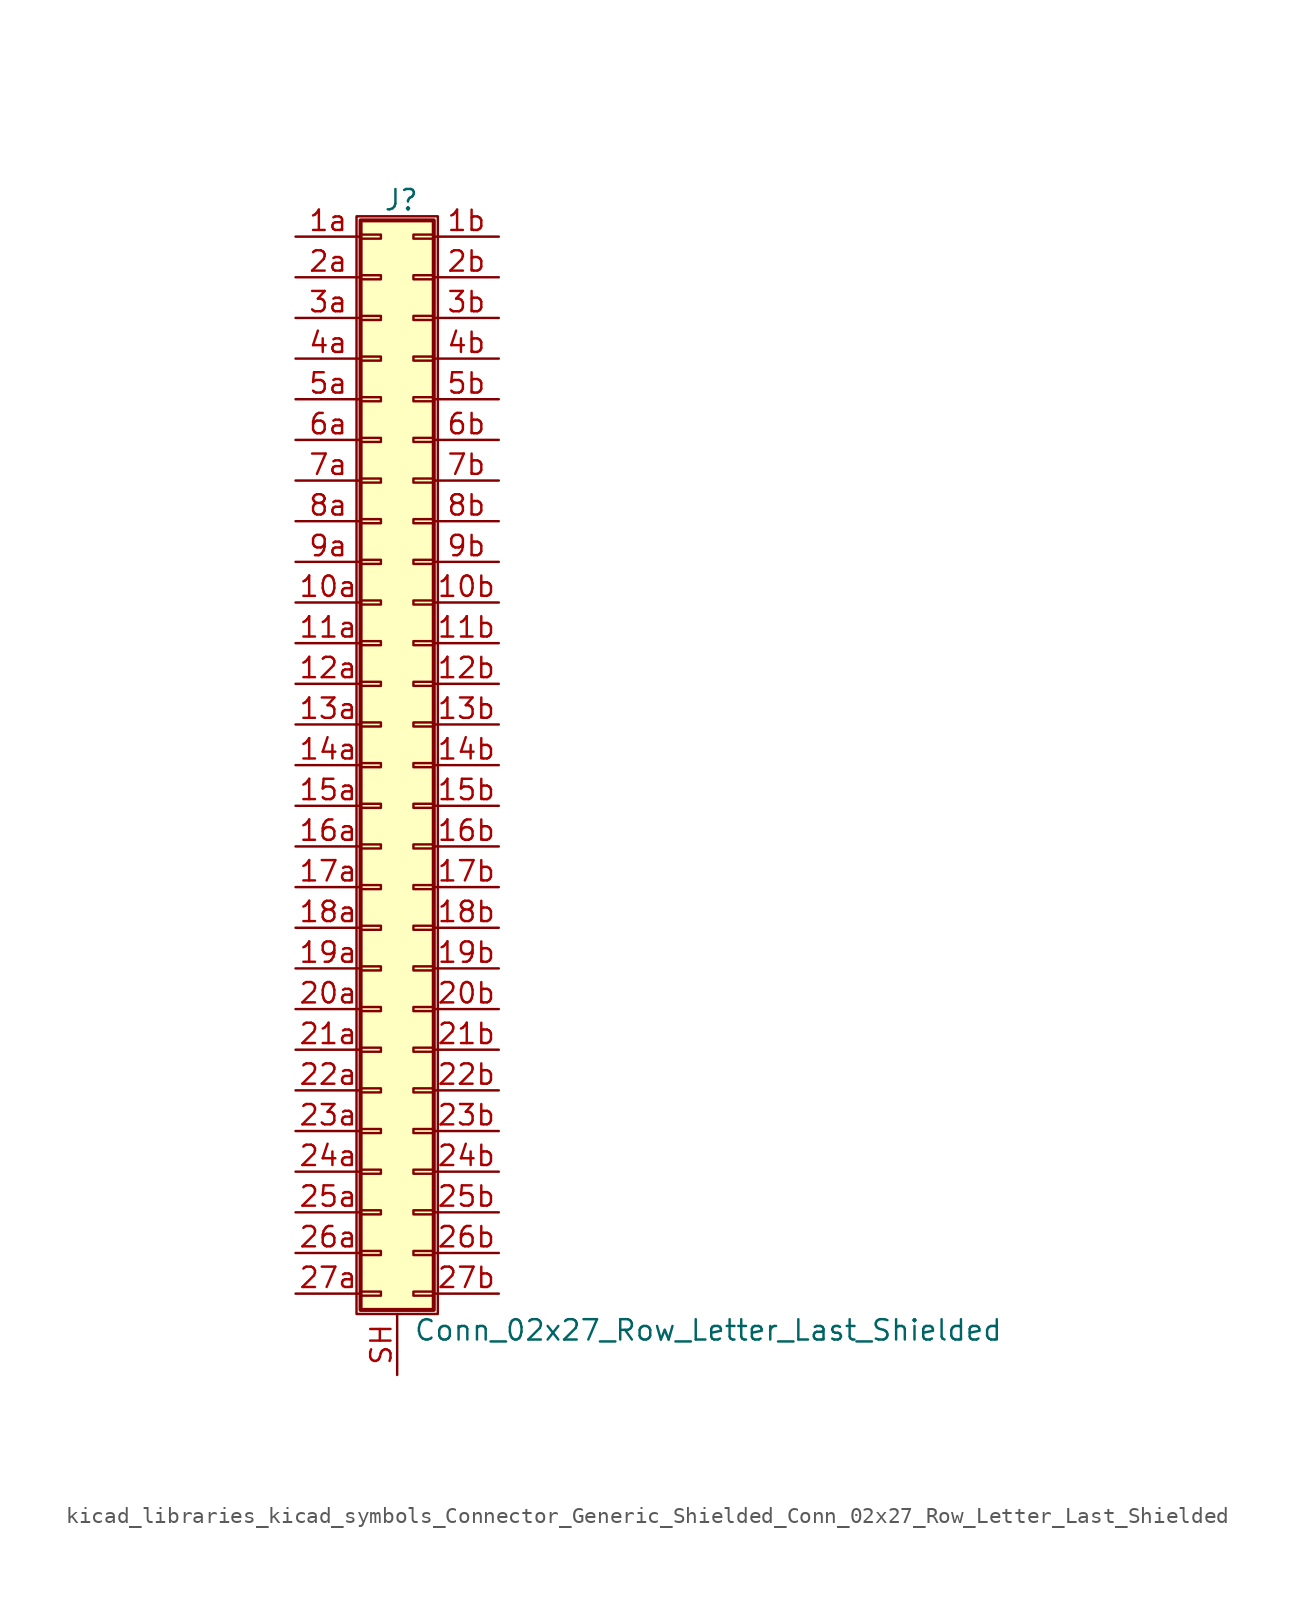
<source format=kicad_sym>
(kicad_symbol_lib
  (version 20220914)
  (generator kicad_symbol_editor)
  (symbol "kicad_libraries_kicad_symbols_Connector_Generic_Shielded_Conn_02x27_Row_Letter_Last_Shielded"
    (pin_names
      (offset 1.016) hide)
    (property "Reference" "J"
      (at 1.524 35.306 0)
      (effects (font (size 1.27 1.27))))
    (property "Value" "Conn_02x27_Row_Letter_Last_Shielded"
      (at 2.286 -35.306 0)
      (effects (font (size 1.27 1.27)) (justify left)))
    (symbol "kicad_libraries_kicad_symbols_Connector_Generic_Shielded_Conn_02x27_Row_Letter_Last_Shielded_1_1"
      (rectangle (start -1.27 34.29) (end 3.81 -34.29) (stroke (width 0.152) (type default)) (fill (type none)))
      (rectangle (start -1.016 -32.893) (end 0.254 -33.147) (stroke (width 0.152) (type default)) (fill (type none)))
      (rectangle (start -1.016 -30.353) (end 0.254 -30.607) (stroke (width 0.152) (type default)) (fill (type none)))
      (rectangle (start -1.016 -27.813) (end 0.254 -28.067) (stroke (width 0.152) (type default)) (fill (type none)))
      (rectangle (start -1.016 -25.273) (end 0.254 -25.527) (stroke (width 0.152) (type default)) (fill (type none)))
      (rectangle (start -1.016 -22.733) (end 0.254 -22.987) (stroke (width 0.152) (type default)) (fill (type none)))
      (rectangle (start -1.016 -20.193) (end 0.254 -20.447) (stroke (width 0.152) (type default)) (fill (type none)))
      (rectangle (start -1.016 -17.653) (end 0.254 -17.907) (stroke (width 0.152) (type default)) (fill (type none)))
      (rectangle (start -1.016 -15.113) (end 0.254 -15.367) (stroke (width 0.152) (type default)) (fill (type none)))
      (rectangle (start -1.016 -12.573) (end 0.254 -12.827) (stroke (width 0.152) (type default)) (fill (type none)))
      (rectangle (start -1.016 -10.033) (end 0.254 -10.287) (stroke (width 0.152) (type default)) (fill (type none)))
      (rectangle (start -1.016 -7.493) (end 0.254 -7.747) (stroke (width 0.152) (type default)) (fill (type none)))
      (rectangle (start -1.016 -4.953) (end 0.254 -5.207) (stroke (width 0.152) (type default)) (fill (type none)))
      (rectangle (start -1.016 -2.413) (end 0.254 -2.667) (stroke (width 0.152) (type default)) (fill (type none)))
      (rectangle (start -1.016 0.127) (end 0.254 -0.127) (stroke (width 0.152) (type default)) (fill (type none)))
      (rectangle (start -1.016 2.667) (end 0.254 2.413) (stroke (width 0.152) (type default)) (fill (type none)))
      (rectangle (start -1.016 5.207) (end 0.254 4.953) (stroke (width 0.152) (type default)) (fill (type none)))
      (rectangle (start -1.016 7.747) (end 0.254 7.493) (stroke (width 0.152) (type default)) (fill (type none)))
      (rectangle (start -1.016 10.287) (end 0.254 10.033) (stroke (width 0.152) (type default)) (fill (type none)))
      (rectangle (start -1.016 12.827) (end 0.254 12.573) (stroke (width 0.152) (type default)) (fill (type none)))
      (rectangle (start -1.016 15.367) (end 0.254 15.113) (stroke (width 0.152) (type default)) (fill (type none)))
      (rectangle (start -1.016 17.907) (end 0.254 17.653) (stroke (width 0.152) (type default)) (fill (type none)))
      (rectangle (start -1.016 20.447) (end 0.254 20.193) (stroke (width 0.152) (type default)) (fill (type none)))
      (rectangle (start -1.016 22.987) (end 0.254 22.733) (stroke (width 0.152) (type default)) (fill (type none)))
      (rectangle (start -1.016 25.527) (end 0.254 25.273) (stroke (width 0.152) (type default)) (fill (type none)))
      (rectangle (start -1.016 28.067) (end 0.254 27.813) (stroke (width 0.152) (type default)) (fill (type none)))
      (rectangle (start -1.016 30.607) (end 0.254 30.353) (stroke (width 0.152) (type default)) (fill (type none)))
      (rectangle (start -1.016 33.147) (end 0.254 32.893) (stroke (width 0.152) (type default)) (fill (type none)))
      (rectangle (start -1.016 34.036) (end 3.556 -34.036) (stroke (width 0.254) (type default)) (fill (type background)))
      (rectangle (start 3.556 -32.893) (end 2.286 -33.147) (stroke (width 0.152) (type default)) (fill (type none)))
      (rectangle (start 3.556 -30.353) (end 2.286 -30.607) (stroke (width 0.152) (type default)) (fill (type none)))
      (rectangle (start 3.556 -27.813) (end 2.286 -28.067) (stroke (width 0.152) (type default)) (fill (type none)))
      (rectangle (start 3.556 -25.273) (end 2.286 -25.527) (stroke (width 0.152) (type default)) (fill (type none)))
      (rectangle (start 3.556 -22.733) (end 2.286 -22.987) (stroke (width 0.152) (type default)) (fill (type none)))
      (rectangle (start 3.556 -20.193) (end 2.286 -20.447) (stroke (width 0.152) (type default)) (fill (type none)))
      (rectangle (start 3.556 -17.653) (end 2.286 -17.907) (stroke (width 0.152) (type default)) (fill (type none)))
      (rectangle (start 3.556 -15.113) (end 2.286 -15.367) (stroke (width 0.152) (type default)) (fill (type none)))
      (rectangle (start 3.556 -12.573) (end 2.286 -12.827) (stroke (width 0.152) (type default)) (fill (type none)))
      (rectangle (start 3.556 -10.033) (end 2.286 -10.287) (stroke (width 0.152) (type default)) (fill (type none)))
      (rectangle (start 3.556 -7.493) (end 2.286 -7.747) (stroke (width 0.152) (type default)) (fill (type none)))
      (rectangle (start 3.556 -4.953) (end 2.286 -5.207) (stroke (width 0.152) (type default)) (fill (type none)))
      (rectangle (start 3.556 -2.413) (end 2.286 -2.667) (stroke (width 0.152) (type default)) (fill (type none)))
      (rectangle (start 3.556 0.127) (end 2.286 -0.127) (stroke (width 0.152) (type default)) (fill (type none)))
      (rectangle (start 3.556 2.667) (end 2.286 2.413) (stroke (width 0.152) (type default)) (fill (type none)))
      (rectangle (start 3.556 5.207) (end 2.286 4.953) (stroke (width 0.152) (type default)) (fill (type none)))
      (rectangle (start 3.556 7.747) (end 2.286 7.493) (stroke (width 0.152) (type default)) (fill (type none)))
      (rectangle (start 3.556 10.287) (end 2.286 10.033) (stroke (width 0.152) (type default)) (fill (type none)))
      (rectangle (start 3.556 12.827) (end 2.286 12.573) (stroke (width 0.152) (type default)) (fill (type none)))
      (rectangle (start 3.556 15.367) (end 2.286 15.113) (stroke (width 0.152) (type default)) (fill (type none)))
      (rectangle (start 3.556 17.907) (end 2.286 17.653) (stroke (width 0.152) (type default)) (fill (type none)))
      (rectangle (start 3.556 20.447) (end 2.286 20.193) (stroke (width 0.152) (type default)) (fill (type none)))
      (rectangle (start 3.556 22.987) (end 2.286 22.733) (stroke (width 0.152) (type default)) (fill (type none)))
      (rectangle (start 3.556 25.527) (end 2.286 25.273) (stroke (width 0.152) (type default)) (fill (type none)))
      (rectangle (start 3.556 28.067) (end 2.286 27.813) (stroke (width 0.152) (type default)) (fill (type none)))
      (rectangle (start 3.556 30.607) (end 2.286 30.353) (stroke (width 0.152) (type default)) (fill (type none)))
      (rectangle (start 3.556 33.147) (end 2.286 32.893) (stroke (width 0.152) (type default)) (fill (type none)))
      (pin passive line (at -5.08 10.16 0) (length 4.064) (name "Pin_10a" (effects (font (size 1.27 1.27)))) (number "10a" (effects (font (size 1.27 1.27)))))
      (pin passive line (at 7.62 10.16 180) (length 4.064) (name "Pin_10b" (effects (font (size 1.27 1.27)))) (number "10b" (effects (font (size 1.27 1.27)))))
      (pin passive line (at -5.08 7.62 0) (length 4.064) (name "Pin_11a" (effects (font (size 1.27 1.27)))) (number "11a" (effects (font (size 1.27 1.27)))))
      (pin passive line (at 7.62 7.62 180) (length 4.064) (name "Pin_11b" (effects (font (size 1.27 1.27)))) (number "11b" (effects (font (size 1.27 1.27)))))
      (pin passive line (at -5.08 5.08 0) (length 4.064) (name "Pin_12a" (effects (font (size 1.27 1.27)))) (number "12a" (effects (font (size 1.27 1.27)))))
      (pin passive line (at 7.62 5.08 180) (length 4.064) (name "Pin_12b" (effects (font (size 1.27 1.27)))) (number "12b" (effects (font (size 1.27 1.27)))))
      (pin passive line (at -5.08 2.54 0) (length 4.064) (name "Pin_13a" (effects (font (size 1.27 1.27)))) (number "13a" (effects (font (size 1.27 1.27)))))
      (pin passive line (at 7.62 2.54 180) (length 4.064) (name "Pin_13b" (effects (font (size 1.27 1.27)))) (number "13b" (effects (font (size 1.27 1.27)))))
      (pin passive line (at -5.08 0 0) (length 4.064) (name "Pin_14a" (effects (font (size 1.27 1.27)))) (number "14a" (effects (font (size 1.27 1.27)))))
      (pin passive line (at 7.62 0 180) (length 4.064) (name "Pin_14b" (effects (font (size 1.27 1.27)))) (number "14b" (effects (font (size 1.27 1.27)))))
      (pin passive line (at -5.08 -2.54 0) (length 4.064) (name "Pin_15a" (effects (font (size 1.27 1.27)))) (number "15a" (effects (font (size 1.27 1.27)))))
      (pin passive line (at 7.62 -2.54 180) (length 4.064) (name "Pin_15b" (effects (font (size 1.27 1.27)))) (number "15b" (effects (font (size 1.27 1.27)))))
      (pin passive line (at -5.08 -5.08 0) (length 4.064) (name "Pin_16a" (effects (font (size 1.27 1.27)))) (number "16a" (effects (font (size 1.27 1.27)))))
      (pin passive line (at 7.62 -5.08 180) (length 4.064) (name "Pin_16b" (effects (font (size 1.27 1.27)))) (number "16b" (effects (font (size 1.27 1.27)))))
      (pin passive line (at -5.08 -7.62 0) (length 4.064) (name "Pin_17a" (effects (font (size 1.27 1.27)))) (number "17a" (effects (font (size 1.27 1.27)))))
      (pin passive line (at 7.62 -7.62 180) (length 4.064) (name "Pin_17b" (effects (font (size 1.27 1.27)))) (number "17b" (effects (font (size 1.27 1.27)))))
      (pin passive line (at -5.08 -10.16 0) (length 4.064) (name "Pin_18a" (effects (font (size 1.27 1.27)))) (number "18a" (effects (font (size 1.27 1.27)))))
      (pin passive line (at 7.62 -10.16 180) (length 4.064) (name "Pin_18b" (effects (font (size 1.27 1.27)))) (number "18b" (effects (font (size 1.27 1.27)))))
      (pin passive line (at -5.08 -12.7 0) (length 4.064) (name "Pin_19a" (effects (font (size 1.27 1.27)))) (number "19a" (effects (font (size 1.27 1.27)))))
      (pin passive line (at 7.62 -12.7 180) (length 4.064) (name "Pin_19b" (effects (font (size 1.27 1.27)))) (number "19b" (effects (font (size 1.27 1.27)))))
      (pin passive line (at -5.08 33.02 0) (length 4.064) (name "Pin_1a" (effects (font (size 1.27 1.27)))) (number "1a" (effects (font (size 1.27 1.27)))))
      (pin passive line (at 7.62 33.02 180) (length 4.064) (name "Pin_1b" (effects (font (size 1.27 1.27)))) (number "1b" (effects (font (size 1.27 1.27)))))
      (pin passive line (at -5.08 -15.24 0) (length 4.064) (name "Pin_20a" (effects (font (size 1.27 1.27)))) (number "20a" (effects (font (size 1.27 1.27)))))
      (pin passive line (at 7.62 -15.24 180) (length 4.064) (name "Pin_20b" (effects (font (size 1.27 1.27)))) (number "20b" (effects (font (size 1.27 1.27)))))
      (pin passive line (at -5.08 -17.78 0) (length 4.064) (name "Pin_21a" (effects (font (size 1.27 1.27)))) (number "21a" (effects (font (size 1.27 1.27)))))
      (pin passive line (at 7.62 -17.78 180) (length 4.064) (name "Pin_21b" (effects (font (size 1.27 1.27)))) (number "21b" (effects (font (size 1.27 1.27)))))
      (pin passive line (at -5.08 -20.32 0) (length 4.064) (name "Pin_22a" (effects (font (size 1.27 1.27)))) (number "22a" (effects (font (size 1.27 1.27)))))
      (pin passive line (at 7.62 -20.32 180) (length 4.064) (name "Pin_22b" (effects (font (size 1.27 1.27)))) (number "22b" (effects (font (size 1.27 1.27)))))
      (pin passive line (at -5.08 -22.86 0) (length 4.064) (name "Pin_23a" (effects (font (size 1.27 1.27)))) (number "23a" (effects (font (size 1.27 1.27)))))
      (pin passive line (at 7.62 -22.86 180) (length 4.064) (name "Pin_23b" (effects (font (size 1.27 1.27)))) (number "23b" (effects (font (size 1.27 1.27)))))
      (pin passive line (at -5.08 -25.4 0) (length 4.064) (name "Pin_24a" (effects (font (size 1.27 1.27)))) (number "24a" (effects (font (size 1.27 1.27)))))
      (pin passive line (at 7.62 -25.4 180) (length 4.064) (name "Pin_24b" (effects (font (size 1.27 1.27)))) (number "24b" (effects (font (size 1.27 1.27)))))
      (pin passive line (at -5.08 -27.94 0) (length 4.064) (name "Pin_25a" (effects (font (size 1.27 1.27)))) (number "25a" (effects (font (size 1.27 1.27)))))
      (pin passive line (at 7.62 -27.94 180) (length 4.064) (name "Pin_25b" (effects (font (size 1.27 1.27)))) (number "25b" (effects (font (size 1.27 1.27)))))
      (pin passive line (at -5.08 -30.48 0) (length 4.064) (name "Pin_26a" (effects (font (size 1.27 1.27)))) (number "26a" (effects (font (size 1.27 1.27)))))
      (pin passive line (at 7.62 -30.48 180) (length 4.064) (name "Pin_26b" (effects (font (size 1.27 1.27)))) (number "26b" (effects (font (size 1.27 1.27)))))
      (pin passive line (at -5.08 -33.02 0) (length 4.064) (name "Pin_27a" (effects (font (size 1.27 1.27)))) (number "27a" (effects (font (size 1.27 1.27)))))
      (pin passive line (at 7.62 -33.02 180) (length 4.064) (name "Pin_27b" (effects (font (size 1.27 1.27)))) (number "27b" (effects (font (size 1.27 1.27)))))
      (pin passive line (at -5.08 30.48 0) (length 4.064) (name "Pin_2a" (effects (font (size 1.27 1.27)))) (number "2a" (effects (font (size 1.27 1.27)))))
      (pin passive line (at 7.62 30.48 180) (length 4.064) (name "Pin_2b" (effects (font (size 1.27 1.27)))) (number "2b" (effects (font (size 1.27 1.27)))))
      (pin passive line (at -5.08 27.94 0) (length 4.064) (name "Pin_3a" (effects (font (size 1.27 1.27)))) (number "3a" (effects (font (size 1.27 1.27)))))
      (pin passive line (at 7.62 27.94 180) (length 4.064) (name "Pin_3b" (effects (font (size 1.27 1.27)))) (number "3b" (effects (font (size 1.27 1.27)))))
      (pin passive line (at -5.08 25.4 0) (length 4.064) (name "Pin_4a" (effects (font (size 1.27 1.27)))) (number "4a" (effects (font (size 1.27 1.27)))))
      (pin passive line (at 7.62 25.4 180) (length 4.064) (name "Pin_4b" (effects (font (size 1.27 1.27)))) (number "4b" (effects (font (size 1.27 1.27)))))
      (pin passive line (at -5.08 22.86 0) (length 4.064) (name "Pin_5a" (effects (font (size 1.27 1.27)))) (number "5a" (effects (font (size 1.27 1.27)))))
      (pin passive line (at 7.62 22.86 180) (length 4.064) (name "Pin_5b" (effects (font (size 1.27 1.27)))) (number "5b" (effects (font (size 1.27 1.27)))))
      (pin passive line (at -5.08 20.32 0) (length 4.064) (name "Pin_6a" (effects (font (size 1.27 1.27)))) (number "6a" (effects (font (size 1.27 1.27)))))
      (pin passive line (at 7.62 20.32 180) (length 4.064) (name "Pin_6b" (effects (font (size 1.27 1.27)))) (number "6b" (effects (font (size 1.27 1.27)))))
      (pin passive line (at -5.08 17.78 0) (length 4.064) (name "Pin_7a" (effects (font (size 1.27 1.27)))) (number "7a" (effects (font (size 1.27 1.27)))))
      (pin passive line (at 7.62 17.78 180) (length 4.064) (name "Pin_7b" (effects (font (size 1.27 1.27)))) (number "7b" (effects (font (size 1.27 1.27)))))
      (pin passive line (at -5.08 15.24 0) (length 4.064) (name "Pin_8a" (effects (font (size 1.27 1.27)))) (number "8a" (effects (font (size 1.27 1.27)))))
      (pin passive line (at 7.62 15.24 180) (length 4.064) (name "Pin_8b" (effects (font (size 1.27 1.27)))) (number "8b" (effects (font (size 1.27 1.27)))))
      (pin passive line (at -5.08 12.7 0) (length 4.064) (name "Pin_9a" (effects (font (size 1.27 1.27)))) (number "9a" (effects (font (size 1.27 1.27)))))
      (pin passive line (at 7.62 12.7 180) (length 4.064) (name "Pin_9b" (effects (font (size 1.27 1.27)))) (number "9b" (effects (font (size 1.27 1.27)))))
      (pin passive line (at 1.27 -38.1 90) (length 3.81) (name "Shield" (effects (font (size 1.27 1.27)))) (number "SH" (effects (font (size 1.27 1.27))))))))
</source>
